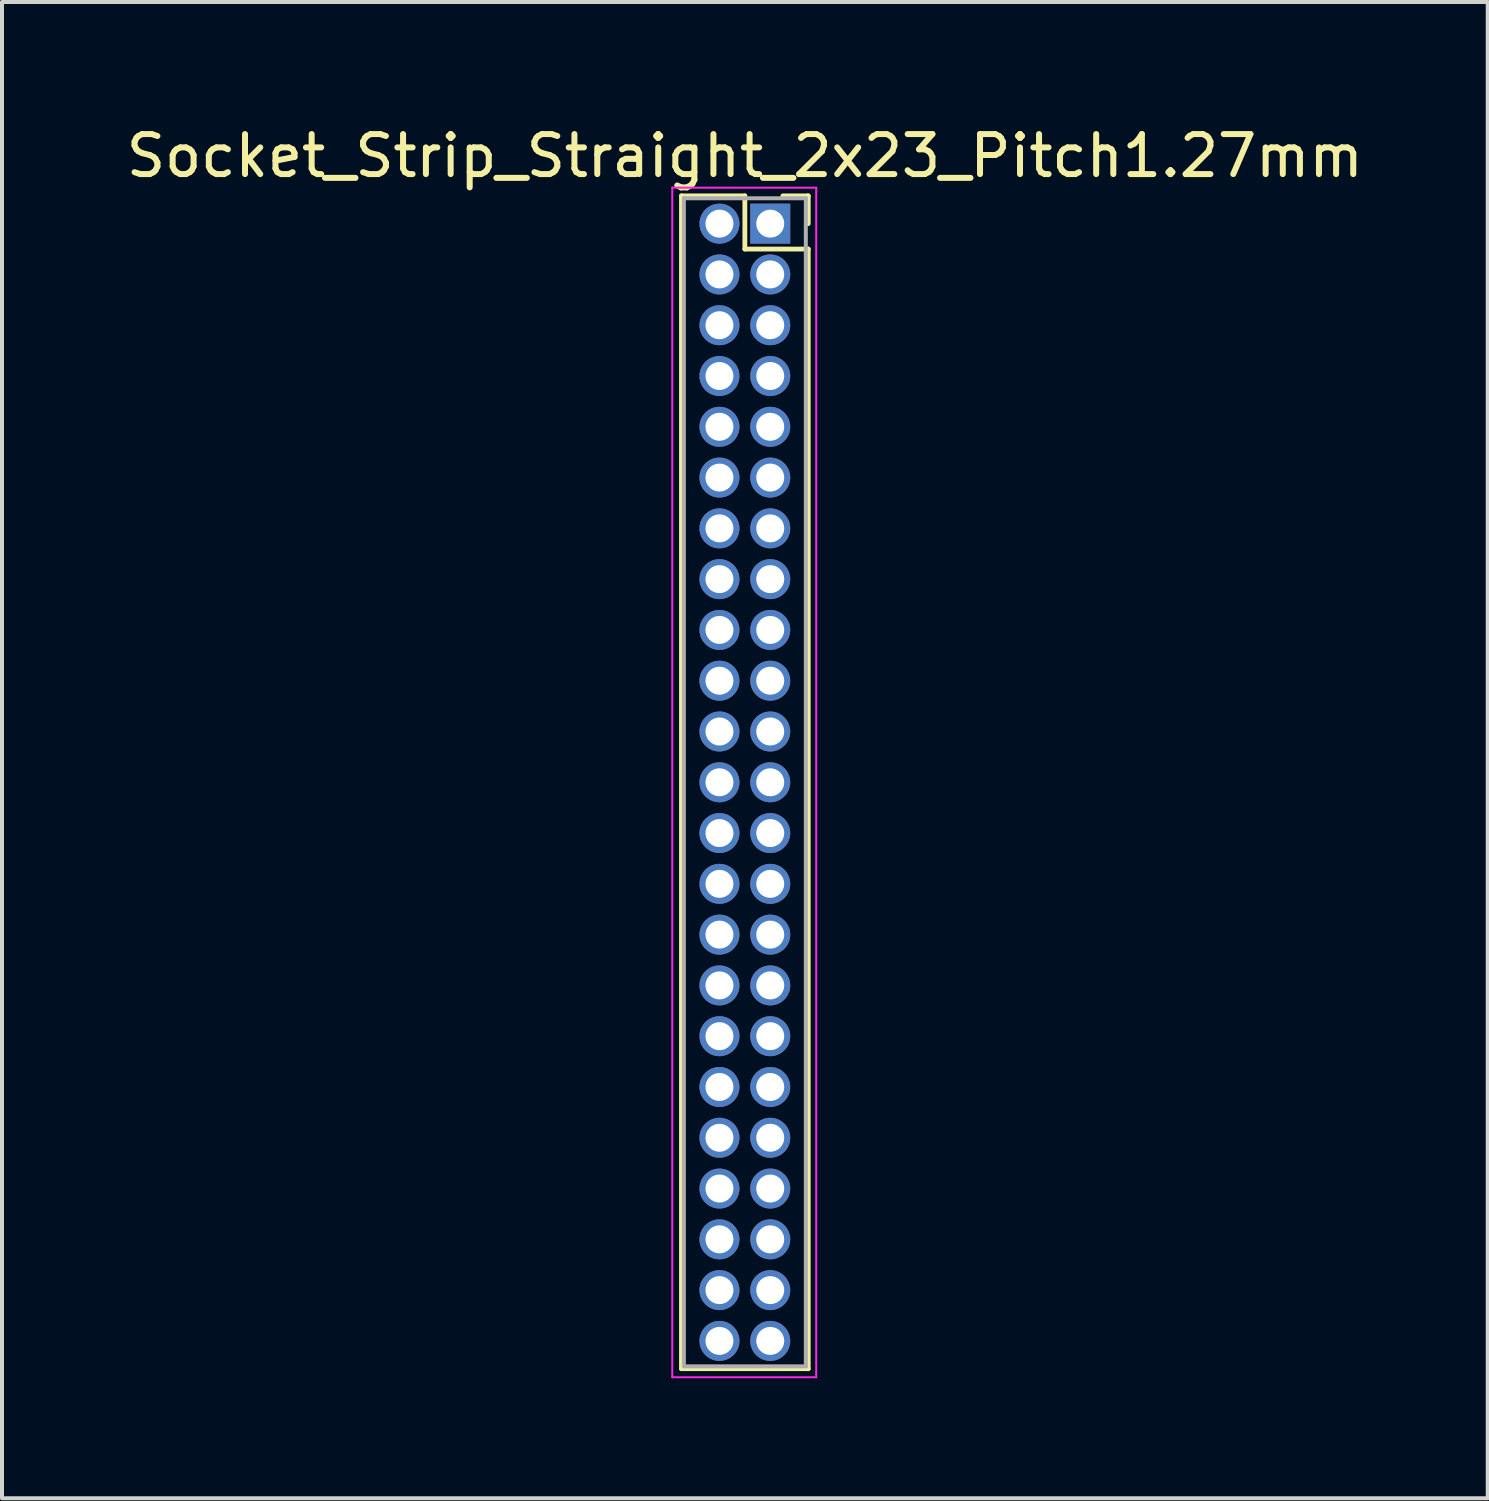
<source format=kicad_pcb>
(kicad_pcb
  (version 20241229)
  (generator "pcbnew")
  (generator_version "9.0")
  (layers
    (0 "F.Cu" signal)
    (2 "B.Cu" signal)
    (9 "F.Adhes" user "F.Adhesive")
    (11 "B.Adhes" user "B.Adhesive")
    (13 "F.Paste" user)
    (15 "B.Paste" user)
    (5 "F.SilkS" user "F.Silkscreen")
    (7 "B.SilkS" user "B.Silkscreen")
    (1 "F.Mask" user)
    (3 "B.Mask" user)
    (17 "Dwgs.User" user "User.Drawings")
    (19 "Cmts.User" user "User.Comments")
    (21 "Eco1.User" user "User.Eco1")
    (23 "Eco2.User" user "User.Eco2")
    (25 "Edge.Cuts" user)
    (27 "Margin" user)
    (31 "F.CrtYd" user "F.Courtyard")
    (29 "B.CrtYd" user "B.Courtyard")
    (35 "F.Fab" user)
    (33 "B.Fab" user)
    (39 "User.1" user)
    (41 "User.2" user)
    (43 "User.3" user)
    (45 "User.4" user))
  (footprint "Socket_Strip_Straight_2x23_Pitch1.27mm"
    (layer "F.Cu")
    (at 16.212 2.543)
    (property "Reference" "Socket_Strip_Straight_2x23_Pitch1.27mm" (at -0.635 -1.695 0) (layer "F.SilkS") (effects (font (size 1 1) (thickness 0.15))))
    (attr through_hole)
    (fp_line (start -2.22 -0.695) (end -0.635 -0.695) (stroke (width 0.12) (type solid)) (layer "F.SilkS"))
    (fp_line (start -2.22 28.635) (end -2.22 -0.695) (stroke (width 0.12) (type solid)) (layer "F.SilkS"))
    (fp_line (start -0.635 -0.695) (end -0.635 0.635) (stroke (width 0.12) (type solid)) (layer "F.SilkS"))
    (fp_line (start -0.635 0.635) (end 0.95 0.635) (stroke (width 0.12) (type solid)) (layer "F.SilkS"))
    (fp_line (start 0.95 -0.695) (end 0.315 -0.695) (stroke (width 0.12) (type solid)) (layer "F.SilkS"))
    (fp_line (start 0.95 0) (end 0.95 -0.695) (stroke (width 0.12) (type solid)) (layer "F.SilkS"))
    (fp_line (start 0.95 0.635) (end 0.95 28.635) (stroke (width 0.12) (type solid)) (layer "F.SilkS"))
    (fp_line (start 0.95 28.635) (end -2.22 28.635) (stroke (width 0.12) (type solid)) (layer "F.SilkS"))
    (fp_line (start -2.45 -0.9) (end -2.45 28.85) (stroke (width 0.05) (type solid)) (layer "F.CrtYd"))
    (fp_line (start -2.45 28.85) (end 1.15 28.85) (stroke (width 0.05) (type solid)) (layer "F.CrtYd"))
    (fp_line (start 1.15 -0.9) (end -2.45 -0.9) (stroke (width 0.05) (type solid)) (layer "F.CrtYd"))
    (fp_line (start 1.15 28.85) (end 1.15 -0.9) (stroke (width 0.05) (type solid)) (layer "F.CrtYd"))
    (fp_line (start -2.16 -0.635) (end -2.16 28.575) (stroke (width 0.1) (type solid)) (layer "F.Fab"))
    (fp_line (start -2.16 28.575) (end 0.89 28.575) (stroke (width 0.1) (type solid)) (layer "F.Fab"))
    (fp_line (start 0.89 -0.635) (end -2.16 -0.635) (stroke (width 0.1) (type solid)) (layer "F.Fab"))
    (fp_line (start 0.89 28.575) (end 0.89 -0.635) (stroke (width 0.1) (type solid)) (layer "F.Fab"))
    (pad "1" thru_hole rect (at 0 0) (size 1 1) (drill 0.7) (layers "*.Cu" "*.Mask"))
    (pad "2" thru_hole oval (at -1.27 0) (size 1 1) (drill 0.7) (layers "*.Cu" "*.Mask"))
    (pad "3" thru_hole oval (at 0 1.27) (size 1 1) (drill 0.7) (layers "*.Cu" "*.Mask"))
    (pad "4" thru_hole oval (at -1.27 1.27) (size 1 1) (drill 0.7) (layers "*.Cu" "*.Mask"))
    (pad "5" thru_hole oval (at 0 2.54) (size 1 1) (drill 0.7) (layers "*.Cu" "*.Mask"))
    (pad "6" thru_hole oval (at -1.27 2.54) (size 1 1) (drill 0.7) (layers "*.Cu" "*.Mask"))
    (pad "7" thru_hole oval (at 0 3.81) (size 1 1) (drill 0.7) (layers "*.Cu" "*.Mask"))
    (pad "8" thru_hole oval (at -1.27 3.81) (size 1 1) (drill 0.7) (layers "*.Cu" "*.Mask"))
    (pad "9" thru_hole oval (at 0 5.08) (size 1 1) (drill 0.7) (layers "*.Cu" "*.Mask"))
    (pad "10" thru_hole oval (at -1.27 5.08) (size 1 1) (drill 0.7) (layers "*.Cu" "*.Mask"))
    (pad "11" thru_hole oval (at 0 6.35) (size 1 1) (drill 0.7) (layers "*.Cu" "*.Mask"))
    (pad "12" thru_hole oval (at -1.27 6.35) (size 1 1) (drill 0.7) (layers "*.Cu" "*.Mask"))
    (pad "13" thru_hole oval (at 0 7.62) (size 1 1) (drill 0.7) (layers "*.Cu" "*.Mask"))
    (pad "14" thru_hole oval (at -1.27 7.62) (size 1 1) (drill 0.7) (layers "*.Cu" "*.Mask"))
    (pad "15" thru_hole oval (at 0 8.89) (size 1 1) (drill 0.7) (layers "*.Cu" "*.Mask"))
    (pad "16" thru_hole oval (at -1.27 8.89) (size 1 1) (drill 0.7) (layers "*.Cu" "*.Mask"))
    (pad "17" thru_hole oval (at 0 10.16) (size 1 1) (drill 0.7) (layers "*.Cu" "*.Mask"))
    (pad "18" thru_hole oval (at -1.27 10.16) (size 1 1) (drill 0.7) (layers "*.Cu" "*.Mask"))
    (pad "19" thru_hole oval (at 0 11.43) (size 1 1) (drill 0.7) (layers "*.Cu" "*.Mask"))
    (pad "20" thru_hole oval (at -1.27 11.43) (size 1 1) (drill 0.7) (layers "*.Cu" "*.Mask"))
    (pad "21" thru_hole oval (at 0 12.7) (size 1 1) (drill 0.7) (layers "*.Cu" "*.Mask"))
    (pad "22" thru_hole oval (at -1.27 12.7) (size 1 1) (drill 0.7) (layers "*.Cu" "*.Mask"))
    (pad "23" thru_hole oval (at 0 13.97) (size 1 1) (drill 0.7) (layers "*.Cu" "*.Mask"))
    (pad "24" thru_hole oval (at -1.27 13.97) (size 1 1) (drill 0.7) (layers "*.Cu" "*.Mask"))
    (pad "25" thru_hole oval (at 0 15.24) (size 1 1) (drill 0.7) (layers "*.Cu" "*.Mask"))
    (pad "26" thru_hole oval (at -1.27 15.24) (size 1 1) (drill 0.7) (layers "*.Cu" "*.Mask"))
    (pad "27" thru_hole oval (at 0 16.51) (size 1 1) (drill 0.7) (layers "*.Cu" "*.Mask"))
    (pad "28" thru_hole oval (at -1.27 16.51) (size 1 1) (drill 0.7) (layers "*.Cu" "*.Mask"))
    (pad "29" thru_hole oval (at 0 17.78) (size 1 1) (drill 0.7) (layers "*.Cu" "*.Mask"))
    (pad "30" thru_hole oval (at -1.27 17.78) (size 1 1) (drill 0.7) (layers "*.Cu" "*.Mask"))
    (pad "31" thru_hole oval (at 0 19.05) (size 1 1) (drill 0.7) (layers "*.Cu" "*.Mask"))
    (pad "32" thru_hole oval (at -1.27 19.05) (size 1 1) (drill 0.7) (layers "*.Cu" "*.Mask"))
    (pad "33" thru_hole oval (at 0 20.32) (size 1 1) (drill 0.7) (layers "*.Cu" "*.Mask"))
    (pad "34" thru_hole oval (at -1.27 20.32) (size 1 1) (drill 0.7) (layers "*.Cu" "*.Mask"))
    (pad "35" thru_hole oval (at 0 21.59) (size 1 1) (drill 0.7) (layers "*.Cu" "*.Mask"))
    (pad "36" thru_hole oval (at -1.27 21.59) (size 1 1) (drill 0.7) (layers "*.Cu" "*.Mask"))
    (pad "37" thru_hole oval (at 0 22.86) (size 1 1) (drill 0.7) (layers "*.Cu" "*.Mask"))
    (pad "38" thru_hole oval (at -1.27 22.86) (size 1 1) (drill 0.7) (layers "*.Cu" "*.Mask"))
    (pad "39" thru_hole oval (at 0 24.13) (size 1 1) (drill 0.7) (layers "*.Cu" "*.Mask"))
    (pad "40" thru_hole oval (at -1.27 24.13) (size 1 1) (drill 0.7) (layers "*.Cu" "*.Mask"))
    (pad "41" thru_hole oval (at 0 25.4) (size 1 1) (drill 0.7) (layers "*.Cu" "*.Mask"))
    (pad "42" thru_hole oval (at -1.27 25.4) (size 1 1) (drill 0.7) (layers "*.Cu" "*.Mask"))
    (pad "43" thru_hole oval (at 0 26.67) (size 1 1) (drill 0.7) (layers "*.Cu" "*.Mask"))
    (pad "44" thru_hole oval (at -1.27 26.67) (size 1 1) (drill 0.7) (layers "*.Cu" "*.Mask"))
    (pad "45" thru_hole oval (at 0 27.94) (size 1 1) (drill 0.7) (layers "*.Cu" "*.Mask"))
    (pad "46" thru_hole oval (at -1.27 27.94) (size 1 1) (drill 0.7) (layers "*.Cu" "*.Mask")))
  (gr_rect
    (start -3 -3)
    (end 34.155 34.418)
    (stroke (width 0.1) (type default))
    (fill no)
    (layer "Edge.Cuts")))
</source>
